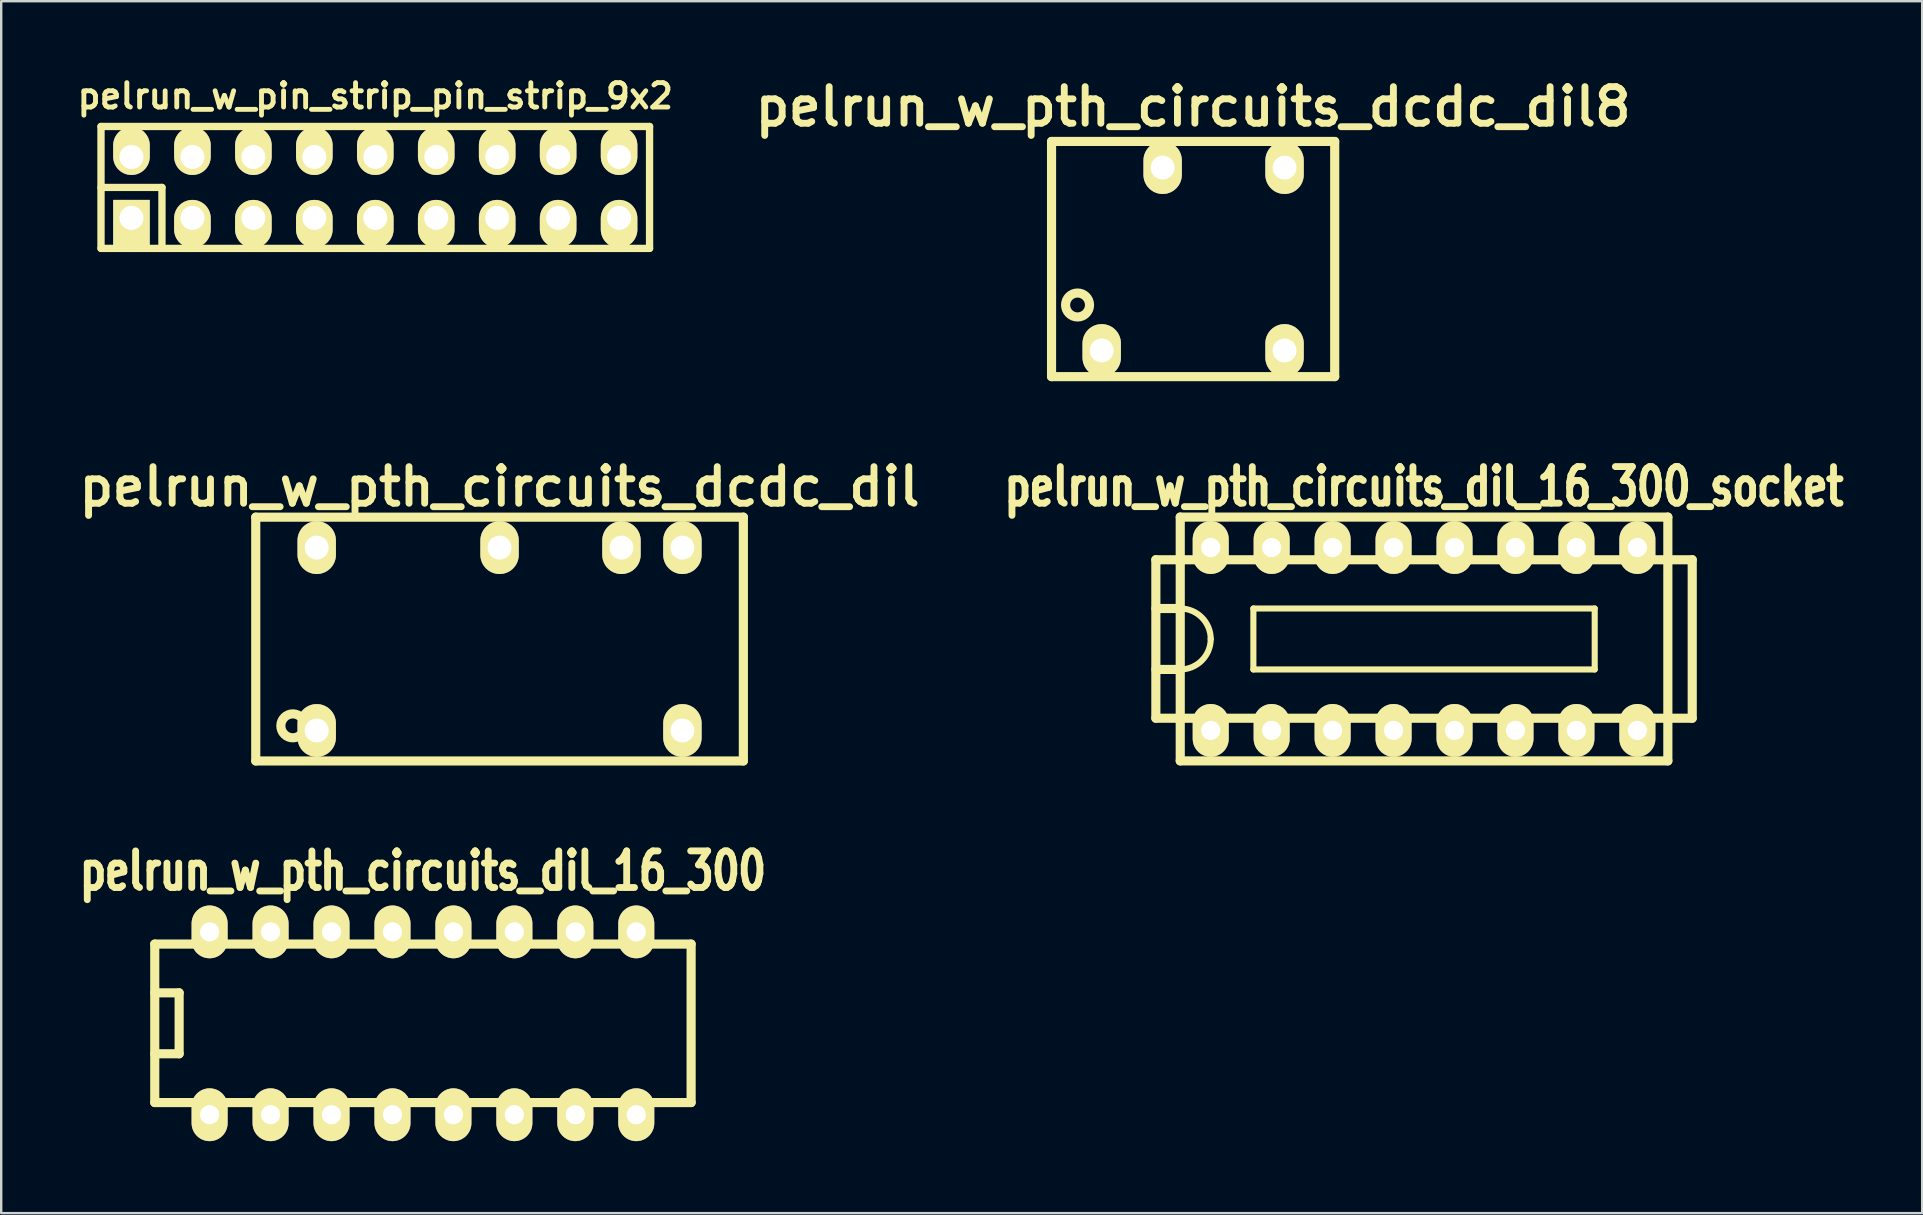
<source format=kicad_pcb>
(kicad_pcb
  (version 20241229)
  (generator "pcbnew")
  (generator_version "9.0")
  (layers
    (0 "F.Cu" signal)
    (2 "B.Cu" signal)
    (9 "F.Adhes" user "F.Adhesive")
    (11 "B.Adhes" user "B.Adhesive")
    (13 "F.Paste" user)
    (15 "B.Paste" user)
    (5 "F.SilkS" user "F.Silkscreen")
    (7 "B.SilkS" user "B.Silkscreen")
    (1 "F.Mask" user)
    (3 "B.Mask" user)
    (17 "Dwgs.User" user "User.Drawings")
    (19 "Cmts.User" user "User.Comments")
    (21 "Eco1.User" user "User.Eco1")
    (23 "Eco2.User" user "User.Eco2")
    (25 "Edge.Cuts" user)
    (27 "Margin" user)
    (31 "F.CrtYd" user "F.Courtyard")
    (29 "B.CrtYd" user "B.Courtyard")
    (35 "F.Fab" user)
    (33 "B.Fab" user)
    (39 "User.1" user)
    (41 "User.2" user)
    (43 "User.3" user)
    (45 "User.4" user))
  (footprint "pelrun_w_pin_strip_pin_strip_9x2"
    (layer "F.Cu")
    (at 12.589 4.761)
    (property "Reference" "pelrun_w_pin_strip_pin_strip_9x2" (at 0 -3.81 0) (layer "F.SilkS") (effects (font (size 1.016 1.016) (thickness 0.203))))
    (attr through_hole)
    (fp_line (start -11.43 -2.54) (end -11.43 2.54) (stroke (width 0.305) (type solid)) (layer "F.SilkS"))
    (fp_line (start -11.43 -2.54) (end 11.43 -2.54) (stroke (width 0.305) (type solid)) (layer "F.SilkS"))
    (fp_line (start -11.43 0) (end -8.89 0) (stroke (width 0.305) (type solid)) (layer "F.SilkS"))
    (fp_line (start -8.89 0) (end -8.89 2.54) (stroke (width 0.305) (type solid)) (layer "F.SilkS"))
    (fp_line (start 11.43 -2.54) (end 11.43 2.54) (stroke (width 0.305) (type solid)) (layer "F.SilkS"))
    (fp_line (start 11.43 2.54) (end -11.43 2.54) (stroke (width 0.305) (type solid)) (layer "F.SilkS"))
    (pad "1" thru_hole rect (at -10.16 1.27) (size 1.524 1.999) (drill 1.001 (offset 0 0.249)) (layers "*.Cu" "*.Mask" "F.SilkS"))
    (pad "2" thru_hole oval (at -10.16 -1.27) (size 1.524 1.999) (drill 1.001 (offset 0 -0.249)) (layers "*.Cu" "*.Mask" "F.SilkS"))
    (pad "3" thru_hole oval (at -7.62 1.27) (size 1.524 1.999) (drill 1.001 (offset 0 0.249)) (layers "*.Cu" "*.Mask" "F.SilkS"))
    (pad "4" thru_hole oval (at -7.62 -1.27) (size 1.524 1.999) (drill 1.001 (offset 0 -0.249)) (layers "*.Cu" "*.Mask" "F.SilkS"))
    (pad "5" thru_hole oval (at -5.08 1.27) (size 1.524 1.999) (drill 1.001 (offset 0 0.249)) (layers "*.Cu" "*.Mask" "F.SilkS"))
    (pad "6" thru_hole oval (at -5.08 -1.27) (size 1.524 1.999) (drill 1.001 (offset 0 -0.249)) (layers "*.Cu" "*.Mask" "F.SilkS"))
    (pad "7" thru_hole oval (at -2.54 1.27) (size 1.524 1.999) (drill 1.001 (offset 0 0.249)) (layers "*.Cu" "*.Mask" "F.SilkS"))
    (pad "8" thru_hole oval (at -2.54 -1.27) (size 1.524 1.999) (drill 1.001 (offset 0 -0.249)) (layers "*.Cu" "*.Mask" "F.SilkS"))
    (pad "9" thru_hole oval (at 0 1.27) (size 1.524 1.999) (drill 1.001 (offset 0 0.249)) (layers "*.Cu" "*.Mask" "F.SilkS"))
    (pad "10" thru_hole oval (at 0 -1.27) (size 1.524 1.999) (drill 1.001 (offset 0 -0.249)) (layers "*.Cu" "*.Mask" "F.SilkS"))
    (pad "11" thru_hole oval (at 2.54 1.27) (size 1.524 1.999) (drill 1.001 (offset 0 0.249)) (layers "*.Cu" "*.Mask" "F.SilkS"))
    (pad "12" thru_hole oval (at 2.54 -1.27) (size 1.524 1.999) (drill 1.001 (offset 0 -0.249)) (layers "*.Cu" "*.Mask" "F.SilkS"))
    (pad "13" thru_hole oval (at 5.08 1.27) (size 1.524 1.999) (drill 1.001 (offset 0 0.249)) (layers "*.Cu" "*.Mask" "F.SilkS"))
    (pad "14" thru_hole oval (at 5.08 -1.27) (size 1.524 1.999) (drill 1.001 (offset 0 -0.249)) (layers "*.Cu" "*.Mask" "F.SilkS"))
    (pad "15" thru_hole oval (at 7.62 1.27) (size 1.524 1.999) (drill 1.001 (offset 0 0.249)) (layers "*.Cu" "*.Mask" "F.SilkS"))
    (pad "16" thru_hole oval (at 7.62 -1.27) (size 1.524 1.999) (drill 1.001 (offset 0 -0.249)) (layers "*.Cu" "*.Mask" "F.SilkS"))
    (pad "17" thru_hole oval (at 10.16 1.27) (size 1.524 1.999) (drill 1.001 (offset 0 0.249)) (layers "*.Cu" "*.Mask" "F.SilkS"))
    (pad "18" thru_hole oval (at 10.16 -1.27) (size 1.524 1.999) (drill 1.001 (offset 0 -0.249)) (layers "*.Cu" "*.Mask" "F.SilkS")))
  (footprint "pelrun_w_pth_circuits_dil_16_300"
    (layer "F.Cu")
    (at 14.575 39.594)
    (property "Reference" "pelrun_w_pth_circuits_dil_16_300" (at 0 -6.35 0) (layer "F.SilkS") (effects (font (size 1.524 1.143) (thickness 0.287))))
    (attr through_hole)
    (fp_line (start -11.176 -3.302) (end 11.176 -3.302) (stroke (width 0.381) (type solid)) (layer "F.SilkS"))
    (fp_line (start -11.176 3.302) (end -11.176 -3.302) (stroke (width 0.381) (type solid)) (layer "F.SilkS"))
    (fp_line (start -10.16 -1.27) (end -11.176 -1.27) (stroke (width 0.381) (type solid)) (layer "F.SilkS"))
    (fp_line (start -10.16 -1.27) (end -10.16 1.27) (stroke (width 0.381) (type solid)) (layer "F.SilkS"))
    (fp_line (start -10.16 1.27) (end -11.176 1.27) (stroke (width 0.381) (type solid)) (layer "F.SilkS"))
    (fp_line (start 11.176 -3.302) (end 11.176 3.302) (stroke (width 0.381) (type solid)) (layer "F.SilkS"))
    (fp_line (start 11.176 3.302) (end -11.176 3.302) (stroke (width 0.381) (type solid)) (layer "F.SilkS"))
    (pad "1" thru_hole oval (at -8.89 3.81) (size 1.501 2.2) (drill 0.8) (layers "*.Cu" "*.Mask" "F.SilkS"))
    (pad "2" thru_hole oval (at -6.35 3.81) (size 1.501 2.2) (drill 0.8) (layers "*.Cu" "*.Mask" "F.SilkS"))
    (pad "3" thru_hole oval (at -3.81 3.81) (size 1.501 2.2) (drill 0.8) (layers "*.Cu" "*.Mask" "F.SilkS"))
    (pad "4" thru_hole oval (at -1.27 3.81) (size 1.501 2.2) (drill 0.8) (layers "*.Cu" "*.Mask" "F.SilkS"))
    (pad "5" thru_hole oval (at 1.27 3.81) (size 1.501 2.2) (drill 0.8) (layers "*.Cu" "*.Mask" "F.SilkS"))
    (pad "6" thru_hole oval (at 3.81 3.81) (size 1.501 2.2) (drill 0.8) (layers "*.Cu" "*.Mask" "F.SilkS"))
    (pad "7" thru_hole oval (at 6.35 3.81) (size 1.501 2.2) (drill 0.8) (layers "*.Cu" "*.Mask" "F.SilkS"))
    (pad "8" thru_hole oval (at 8.89 3.81) (size 1.501 2.2) (drill 0.8) (layers "*.Cu" "*.Mask" "F.SilkS"))
    (pad "9" thru_hole oval (at 8.89 -3.81) (size 1.501 2.2) (drill 0.8) (layers "*.Cu" "*.Mask" "F.SilkS"))
    (pad "10" thru_hole oval (at 6.35 -3.81) (size 1.501 2.2) (drill 0.8) (layers "*.Cu" "*.Mask" "F.SilkS"))
    (pad "11" thru_hole oval (at 3.81 -3.81) (size 1.501 2.2) (drill 0.8) (layers "*.Cu" "*.Mask" "F.SilkS"))
    (pad "12" thru_hole oval (at 1.27 -3.81) (size 1.501 2.2) (drill 0.8) (layers "*.Cu" "*.Mask" "F.SilkS"))
    (pad "13" thru_hole oval (at -1.27 -3.81) (size 1.501 2.2) (drill 0.8) (layers "*.Cu" "*.Mask" "F.SilkS"))
    (pad "14" thru_hole oval (at -3.81 -3.81) (size 1.501 2.2) (drill 0.8) (layers "*.Cu" "*.Mask" "F.SilkS"))
    (pad "15" thru_hole oval (at -6.35 -3.81) (size 1.501 2.2) (drill 0.8) (layers "*.Cu" "*.Mask" "F.SilkS"))
    (pad "16" thru_hole oval (at -8.89 -3.81) (size 1.501 2.2) (drill 0.8) (layers "*.Cu" "*.Mask" "F.SilkS")))
  (footprint "pelrun_w_pth_circuits_dil_16_300_socket"
    (layer "F.Cu")
    (at 56.294 23.578)
    (property "Reference" "pelrun_w_pth_circuits_dil_16_300_socket" (at 0 -6.35 0) (layer "F.SilkS") (effects (font (size 1.524 1.143) (thickness 0.287))))
    (attr through_hole)
    (fp_line (start -11.176 -3.302) (end 11.176 -3.302) (stroke (width 0.381) (type solid)) (layer "F.SilkS"))
    (fp_line (start -11.176 3.302) (end -11.176 -3.302) (stroke (width 0.381) (type solid)) (layer "F.SilkS"))
    (fp_line (start -10.16 -1.27) (end -11.176 -1.27) (stroke (width 0.381) (type solid)) (layer "F.SilkS"))
    (fp_line (start -10.16 1.27) (end -11.176 1.27) (stroke (width 0.381) (type solid)) (layer "F.SilkS"))
    (fp_line (start -10.16 5.08) (end -10.16 -5.08) (stroke (width 0.381) (type solid)) (layer "F.SilkS"))
    (fp_line (start -10.16 5.08) (end 10.16 5.08) (stroke (width 0.381) (type solid)) (layer "F.SilkS"))
    (fp_line (start -7.112 -1.27) (end -7.112 1.27) (stroke (width 0.254) (type solid)) (layer "F.SilkS"))
    (fp_line (start -7.112 -1.27) (end 7.112 -1.27) (stroke (width 0.254) (type solid)) (layer "F.SilkS"))
    (fp_line (start 7.112 1.27) (end -7.112 1.27) (stroke (width 0.254) (type solid)) (layer "F.SilkS"))
    (fp_line (start 7.112 1.27) (end 7.112 -1.27) (stroke (width 0.254) (type solid)) (layer "F.SilkS"))
    (fp_line (start 10.16 -5.08) (end -10.16 -5.08) (stroke (width 0.381) (type solid)) (layer "F.SilkS"))
    (fp_line (start 10.16 -5.08) (end 10.16 5.08) (stroke (width 0.381) (type solid)) (layer "F.SilkS"))
    (fp_line (start 11.176 -3.302) (end 11.176 3.302) (stroke (width 0.381) (type solid)) (layer "F.SilkS"))
    (fp_line (start 11.176 3.302) (end -11.176 3.302) (stroke (width 0.381) (type solid)) (layer "F.SilkS"))
    (fp_arc (start -10.16 -1.27) (mid -9.261974 -0.898026) (end -8.89 0) (stroke (width 0.254) (type solid)) (layer "F.SilkS"))
    (fp_arc (start -8.89 0) (mid -9.261974 0.898026) (end -10.16 1.27) (stroke (width 0.254) (type solid)) (layer "F.SilkS"))
    (pad "1" thru_hole oval (at -8.89 3.81) (size 1.501 2.2) (drill 0.8) (layers "*.Cu" "*.Mask" "F.SilkS"))
    (pad "2" thru_hole oval (at -6.35 3.81) (size 1.501 2.2) (drill 0.8) (layers "*.Cu" "*.Mask" "F.SilkS"))
    (pad "3" thru_hole oval (at -3.81 3.81) (size 1.501 2.2) (drill 0.8) (layers "*.Cu" "*.Mask" "F.SilkS"))
    (pad "4" thru_hole oval (at -1.27 3.81) (size 1.501 2.2) (drill 0.8) (layers "*.Cu" "*.Mask" "F.SilkS"))
    (pad "5" thru_hole oval (at 1.27 3.81) (size 1.501 2.2) (drill 0.8) (layers "*.Cu" "*.Mask" "F.SilkS"))
    (pad "6" thru_hole oval (at 3.81 3.81) (size 1.501 2.2) (drill 0.8) (layers "*.Cu" "*.Mask" "F.SilkS"))
    (pad "7" thru_hole oval (at 6.35 3.81) (size 1.501 2.2) (drill 0.8) (layers "*.Cu" "*.Mask" "F.SilkS"))
    (pad "8" thru_hole oval (at 8.89 3.81) (size 1.501 2.2) (drill 0.8) (layers "*.Cu" "*.Mask" "F.SilkS"))
    (pad "9" thru_hole oval (at 8.89 -3.81) (size 1.501 2.2) (drill 0.8) (layers "*.Cu" "*.Mask" "F.SilkS"))
    (pad "10" thru_hole oval (at 6.35 -3.81) (size 1.501 2.2) (drill 0.8) (layers "*.Cu" "*.Mask" "F.SilkS"))
    (pad "11" thru_hole oval (at 3.81 -3.81) (size 1.501 2.2) (drill 0.8) (layers "*.Cu" "*.Mask" "F.SilkS"))
    (pad "12" thru_hole oval (at 1.27 -3.81) (size 1.501 2.2) (drill 0.8) (layers "*.Cu" "*.Mask" "F.SilkS"))
    (pad "13" thru_hole oval (at -1.27 -3.81) (size 1.501 2.2) (drill 0.8) (layers "*.Cu" "*.Mask" "F.SilkS"))
    (pad "14" thru_hole oval (at -3.81 -3.81) (size 1.501 2.2) (drill 0.8) (layers "*.Cu" "*.Mask" "F.SilkS"))
    (pad "15" thru_hole oval (at -6.35 -3.81) (size 1.501 2.2) (drill 0.8) (layers "*.Cu" "*.Mask" "F.SilkS"))
    (pad "16" thru_hole oval (at -8.89 -3.81) (size 1.501 2.2) (drill 0.8) (layers "*.Cu" "*.Mask" "F.SilkS")))
  (footprint "pelrun_w_pth_circuits_dcdc_dil8"
    (layer "F.Cu")
    (at 46.671 7.745)
    (property "Reference" "pelrun_w_pth_circuits_dcdc_dil8" (at 0 -6.35 0) (layer "F.SilkS") (effects (font (size 1.524 1.524) (thickness 0.287))))
    (attr through_hole)
    (fp_line (start -5.9 -4.9) (end 5.9 -4.9) (stroke (width 0.381) (type solid)) (layer "F.SilkS"))
    (fp_line (start -5.9 4.9) (end -5.9 -4.9) (stroke (width 0.381) (type solid)) (layer "F.SilkS"))
    (fp_line (start 5.9 -4.9) (end 5.9 4.9) (stroke (width 0.381) (type solid)) (layer "F.SilkS"))
    (fp_line (start 5.9 4.9) (end -5.9 4.9) (stroke (width 0.381) (type solid)) (layer "F.SilkS"))
    (fp_circle (center -4.816 1.915) (end -5.116 2.314) (stroke (width 0.381) (type solid)) (fill no) (layer "F.SilkS"))
    (pad "1" thru_hole oval (at -3.81 3.81) (size 1.6 2.197) (drill 0.996) (layers "*.Cu" "*.Mask" "F.SilkS"))
    (pad "4" thru_hole oval (at 3.81 3.81) (size 1.6 2.197) (drill 0.996) (layers "*.Cu" "*.Mask" "F.SilkS"))
    (pad "5" thru_hole oval (at 3.81 -3.81) (size 1.6 2.197) (drill 0.996) (layers "*.Cu" "*.Mask" "F.SilkS"))
    (pad "7" thru_hole oval (at -1.27 -3.81) (size 1.6 2.197) (drill 0.996) (layers "*.Cu" "*.Mask" "F.SilkS")))
  (footprint "pelrun_w_pth_circuits_dcdc_dil"
    (layer "F.Cu")
    (at 17.768 23.581)
    (property "Reference" "pelrun_w_pth_circuits_dcdc_dil" (at 0 -6.35 0) (layer "F.SilkS") (effects (font (size 1.524 1.524) (thickness 0.287))))
    (attr through_hole)
    (fp_line (start -10.16 -5.08) (end 10.16 -5.08) (stroke (width 0.381) (type solid)) (layer "F.SilkS"))
    (fp_line (start -10.16 5.08) (end -10.16 -5.08) (stroke (width 0.381) (type solid)) (layer "F.SilkS"))
    (fp_line (start 10.16 -5.08) (end 10.16 5.08) (stroke (width 0.381) (type solid)) (layer "F.SilkS"))
    (fp_line (start 10.16 5.08) (end -10.16 5.08) (stroke (width 0.381) (type solid)) (layer "F.SilkS"))
    (fp_circle (center -8.616 3.617) (end -8.915 4.016) (stroke (width 0.381) (type solid)) (fill no) (layer "F.SilkS"))
    (pad "1" thru_hole oval (at -7.62 3.81) (size 1.6 2.2) (drill 0.998) (layers "*.Cu" "*.Mask" "F.SilkS"))
    (pad "7" thru_hole oval (at 7.62 3.81) (size 1.6 2.2) (drill 0.998) (layers "*.Cu" "*.Mask" "F.SilkS"))
    (pad "8" thru_hole oval (at 7.62 -3.81) (size 1.6 2.2) (drill 0.998) (layers "*.Cu" "*.Mask" "F.SilkS"))
    (pad "9" thru_hole oval (at 5.08 -3.81) (size 1.6 2.2) (drill 0.998) (layers "*.Cu" "*.Mask" "F.SilkS"))
    (pad "11" thru_hole oval (at 0 -3.81) (size 1.6 2.2) (drill 0.998) (layers "*.Cu" "*.Mask" "F.SilkS"))
    (pad "14" thru_hole oval (at -7.62 -3.81) (size 1.6 2.2) (drill 0.998) (layers "*.Cu" "*.Mask" "F.SilkS")))
  (gr_rect
    (start -3 -3)
    (end 77.053 47.504)
    (stroke (width 0.1) (type default))
    (fill no)
    (layer "Edge.Cuts")))
</source>
